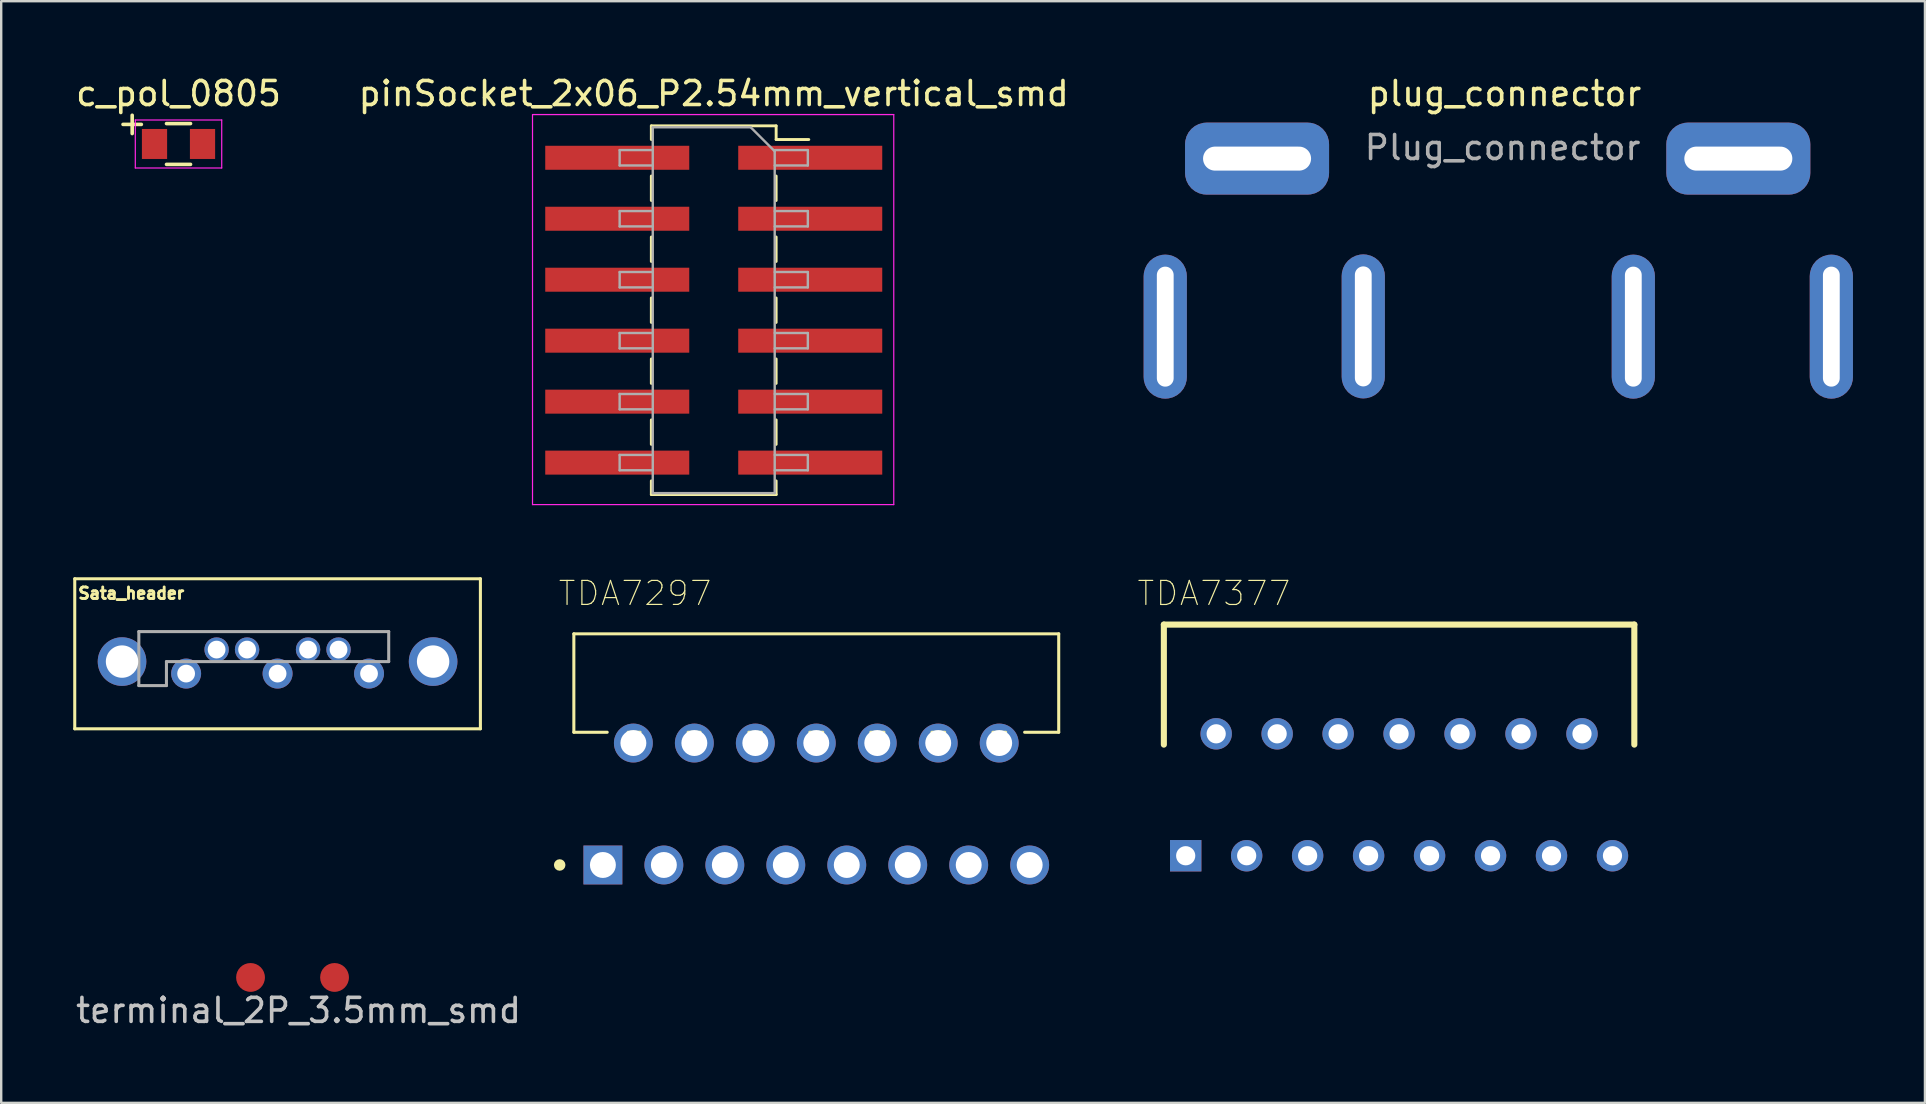
<source format=kicad_pcb>
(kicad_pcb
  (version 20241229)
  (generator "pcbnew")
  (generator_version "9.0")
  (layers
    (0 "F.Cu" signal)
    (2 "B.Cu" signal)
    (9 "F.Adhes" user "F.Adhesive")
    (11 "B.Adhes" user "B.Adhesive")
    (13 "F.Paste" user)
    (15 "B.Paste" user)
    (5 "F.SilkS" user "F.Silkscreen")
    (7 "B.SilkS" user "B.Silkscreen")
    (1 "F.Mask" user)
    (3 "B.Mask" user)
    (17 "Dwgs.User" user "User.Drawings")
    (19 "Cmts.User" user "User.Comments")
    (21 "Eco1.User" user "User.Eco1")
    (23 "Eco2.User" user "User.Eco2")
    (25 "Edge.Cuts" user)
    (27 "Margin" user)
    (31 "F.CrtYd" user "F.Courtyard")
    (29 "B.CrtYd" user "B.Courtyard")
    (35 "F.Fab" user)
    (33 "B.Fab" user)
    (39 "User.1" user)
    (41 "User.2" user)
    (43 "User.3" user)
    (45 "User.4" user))
  (footprint "plug_connector"
    (layer "F.Cu")
    (at 59.67 14.888)
    (property "Reference" "plug_connector" (at -0.04 -14.04 0) (unlocked yes) (layer "F.SilkS") (effects (font (size 1 1) (thickness 0.15))))
    (attr through_hole)
    (fp_text user "Plug_connector" (at -0.12 -11.79 0) (unlocked yes) (layer "F.Fab") (effects (font (size 1 1) (thickness 0.15))))
    (pad "1" thru_hole roundrect (at -10.35 -11.33 180) (size 6 3) (drill oval 4.5 1) (layers "*.Cu" "*.Mask") (roundrect_rratio 0.3))
    (pad "2" thru_hole roundrect (at 9.7 -11.33 180) (size 6 3) (drill oval 4.5 1) (layers "*.Cu" "*.Mask") (roundrect_rratio 0.3))
    (pad "3" thru_hole roundrect (at -14.175 -4.33 90) (size 6 1.8) (drill oval 5 0.7) (layers "*.Cu" "*.Mask") (roundrect_rratio 0.5))
    (pad "3" thru_hole roundrect (at -5.925 -4.34 90) (size 6 1.8) (drill oval 5 0.7) (layers "*.Cu" "*.Mask") (roundrect_rratio 0.5))
    (pad "4" thru_hole roundrect (at 5.325 -4.33 90) (size 6 1.8) (drill oval 5 0.7) (layers "*.Cu" "*.Mask") (roundrect_rratio 0.5))
    (pad "4" thru_hole roundrect (at 13.575 -4.33 90) (size 6 1.8) (drill oval 5 0.7) (layers "*.Cu" "*.Mask") (roundrect_rratio 0.5)))
  (footprint "TDA7377"
    (layer "F.Cu")
    (at 55.237 30.061)
    (property "Reference" "TDA7377" (at -7.714 -8.39 0) (layer "F.SilkS") (effects (font (size 1.001 1.001) (thickness 0.05))))
    (attr through_hole)
    (fp_line (start -9.8 -7.09) (end -9.8 -2.09) (stroke (width 0.254) (type solid)) (layer "F.SilkS"))
    (fp_line (start 9.8 -7.09) (end -9.8 -7.09) (stroke (width 0.254) (type solid)) (layer "F.SilkS"))
    (fp_line (start 9.8 -2.09) (end 9.8 -7.09) (stroke (width 0.254) (type solid)) (layer "F.SilkS"))
    (fp_line (start -10.25 -7.5) (end -10.25 3.75) (stroke (width 0.127) (type solid)) (layer "Eco1.User"))
    (fp_line (start -10.25 3.75) (end 10.25 3.75) (stroke (width 0.127) (type solid)) (layer "Eco1.User"))
    (fp_line (start 10.25 -7.5) (end -10.25 -7.5) (stroke (width 0.127) (type solid)) (layer "Eco1.User"))
    (fp_line (start 10.25 3.75) (end 10.25 -7.5) (stroke (width 0.127) (type solid)) (layer "Eco1.User"))
    (fp_line (start -9.8 -2.09) (end 9.8 -2.09) (stroke (width 0.254) (type solid)) (layer "Eco2.User"))
    (pad "1" thru_hole rect (at -8.89 2.54) (size 1.308 1.308) (drill 0.8) (layers "*.Cu" "*.Mask"))
    (pad "2" thru_hole circle (at -7.62 -2.54) (size 1.308 1.308) (drill 0.8) (layers "*.Cu" "*.Mask"))
    (pad "3" thru_hole circle (at -6.35 2.54) (size 1.308 1.308) (drill 0.8) (layers "*.Cu" "*.Mask"))
    (pad "4" thru_hole circle (at -5.08 -2.54) (size 1.308 1.308) (drill 0.8) (layers "*.Cu" "*.Mask"))
    (pad "5" thru_hole circle (at -3.81 2.54) (size 1.308 1.308) (drill 0.8) (layers "*.Cu" "*.Mask"))
    (pad "6" thru_hole circle (at -2.54 -2.54) (size 1.308 1.308) (drill 0.8) (layers "*.Cu" "*.Mask"))
    (pad "7" thru_hole circle (at -1.27 2.54) (size 1.308 1.308) (drill 0.8) (layers "*.Cu" "*.Mask"))
    (pad "8" thru_hole circle (at 0 -2.54) (size 1.308 1.308) (drill 0.8) (layers "*.Cu" "*.Mask"))
    (pad "9" thru_hole circle (at 1.27 2.54) (size 1.308 1.308) (drill 0.8) (layers "*.Cu" "*.Mask"))
    (pad "10" thru_hole circle (at 2.54 -2.54) (size 1.308 1.308) (drill 0.8) (layers "*.Cu" "*.Mask"))
    (pad "11" thru_hole circle (at 3.81 2.54) (size 1.308 1.308) (drill 0.8) (layers "*.Cu" "*.Mask"))
    (pad "12" thru_hole circle (at 5.08 -2.54) (size 1.308 1.308) (drill 0.8) (layers "*.Cu" "*.Mask"))
    (pad "13" thru_hole circle (at 6.35 2.54) (size 1.308 1.308) (drill 0.8) (layers "*.Cu" "*.Mask"))
    (pad "14" thru_hole circle (at 7.62 -2.54) (size 1.308 1.308) (drill 0.8) (layers "*.Cu" "*.Mask"))
    (pad "15" thru_hole circle (at 8.89 2.54) (size 1.308 1.308) (drill 0.8) (layers "*.Cu" "*.Mask")))
  (footprint "terminal_2P_3.5mm_smd"
    (layer "F.Cu")
    (at 9.137 37.671)
    (property "Reference" "terminal_2P_3.5mm_smd" (at 0.25 1.375 0) (layer "Dwgs.User") (effects (font (size 1 1) (thickness 0.15))))
    (attr through_hole)
    (pad "1" smd circle (at -1.75 0) (size 1.2 1.2) (layers "F.Cu" "F.Mask" "F.Paste"))
    (pad "2" smd circle (at 1.75 0) (size 1.2 1.2) (layers "F.Cu" "F.Mask" "F.Paste")))
  (footprint "c_pol_0805"
    (layer "F.Cu")
    (at 4.387 2.948)
    (property "Reference" "c_pol_0805" (at 0 -2.1 0) (layer "F.SilkS") (effects (font (size 1 1) (thickness 0.15))))
    (attr smd)
    (fp_line (start -0.5 0.85) (end 0.5 0.85) (stroke (width 0.15) (type solid)) (layer "F.SilkS"))
    (fp_line (start 0.5 -0.85) (end -0.5 -0.85) (stroke (width 0.15) (type solid)) (layer "F.SilkS"))
    (fp_line (start -1.8 -1) (end -1.8 1) (stroke (width 0.05) (type solid)) (layer "F.CrtYd"))
    (fp_line (start -1.8 -1) (end 1.8 -1) (stroke (width 0.05) (type solid)) (layer "F.CrtYd"))
    (fp_line (start -1.8 1) (end 1.8 1) (stroke (width 0.05) (type solid)) (layer "F.CrtYd"))
    (fp_line (start 1.8 -1) (end 1.8 1) (stroke (width 0.05) (type solid)) (layer "F.CrtYd"))
    (fp_text user "+" (at -1.93 -0.889 0) (layer "F.SilkS") (effects (font (size 1 1) (thickness 0.15))))
    (pad "1" smd rect (at -1 0) (size 1.05 1.25) (layers "F.Cu" "F.Mask" "F.Paste"))
    (pad "2" smd rect (at 1 0) (size 1.05 1.25) (layers "F.Cu" "F.Mask" "F.Paste")))
  (footprint "pinSocket_2x06_P2.54mm_vertical_smd"
    (layer "F.Cu")
    (at 26.685 9.873)
    (property "Reference" "pinSocket_2x06_P2.54mm_vertical_smd" (at 0 -9.025 0) (unlocked yes) (layer "F.SilkS") (effects (font (size 1 1) (thickness 0.15))))
    (attr smd)
    (fp_line (start -2.6 -7.68) (end -2.6 -7.11) (stroke (width 0.12) (type solid)) (layer "F.SilkS"))
    (fp_line (start -2.6 -7.68) (end 2.6 -7.68) (stroke (width 0.12) (type solid)) (layer "F.SilkS"))
    (fp_line (start -2.6 -5.59) (end -2.6 -4.57) (stroke (width 0.12) (type solid)) (layer "F.SilkS"))
    (fp_line (start -2.6 -3.05) (end -2.6 -2.03) (stroke (width 0.12) (type solid)) (layer "F.SilkS"))
    (fp_line (start -2.6 -0.51) (end -2.6 0.51) (stroke (width 0.12) (type solid)) (layer "F.SilkS"))
    (fp_line (start -2.6 2.03) (end -2.6 3.05) (stroke (width 0.12) (type solid)) (layer "F.SilkS"))
    (fp_line (start -2.6 4.57) (end -2.6 5.59) (stroke (width 0.12) (type solid)) (layer "F.SilkS"))
    (fp_line (start -2.6 7.11) (end -2.6 7.68) (stroke (width 0.12) (type solid)) (layer "F.SilkS"))
    (fp_line (start -2.6 7.68) (end 2.6 7.68) (stroke (width 0.12) (type solid)) (layer "F.SilkS"))
    (fp_line (start 2.6 -7.68) (end 2.6 -7.11) (stroke (width 0.12) (type solid)) (layer "F.SilkS"))
    (fp_line (start 2.6 -7.11) (end 3.96 -7.11) (stroke (width 0.12) (type solid)) (layer "F.SilkS"))
    (fp_line (start 2.6 -5.59) (end 2.6 -4.57) (stroke (width 0.12) (type solid)) (layer "F.SilkS"))
    (fp_line (start 2.6 -3.05) (end 2.6 -2.03) (stroke (width 0.12) (type solid)) (layer "F.SilkS"))
    (fp_line (start 2.6 -0.51) (end 2.6 0.51) (stroke (width 0.12) (type solid)) (layer "F.SilkS"))
    (fp_line (start 2.6 2.03) (end 2.6 3.05) (stroke (width 0.12) (type solid)) (layer "F.SilkS"))
    (fp_line (start 2.6 4.57) (end 2.6 5.59) (stroke (width 0.12) (type solid)) (layer "F.SilkS"))
    (fp_line (start 2.6 7.11) (end 2.6 7.68) (stroke (width 0.12) (type solid)) (layer "F.SilkS"))
    (fp_line (start -7.55 -8.15) (end 7.5 -8.15) (stroke (width 0.05) (type solid)) (layer "F.CrtYd"))
    (fp_line (start -7.55 8.1) (end -7.55 -8.15) (stroke (width 0.05) (type solid)) (layer "F.CrtYd"))
    (fp_line (start 7.5 -8.15) (end 7.5 8.1) (stroke (width 0.05) (type solid)) (layer "F.CrtYd"))
    (fp_line (start 7.5 8.1) (end -7.55 8.1) (stroke (width 0.05) (type solid)) (layer "F.CrtYd"))
    (fp_line (start -3.92 -6.67) (end -2.54 -6.67) (stroke (width 0.1) (type solid)) (layer "F.Fab"))
    (fp_line (start -3.92 -6.03) (end -3.92 -6.67) (stroke (width 0.1) (type solid)) (layer "F.Fab"))
    (fp_line (start -3.92 -4.13) (end -2.54 -4.13) (stroke (width 0.1) (type solid)) (layer "F.Fab"))
    (fp_line (start -3.92 -3.49) (end -3.92 -4.13) (stroke (width 0.1) (type solid)) (layer "F.Fab"))
    (fp_line (start -3.92 -1.59) (end -2.54 -1.59) (stroke (width 0.1) (type solid)) (layer "F.Fab"))
    (fp_line (start -3.92 -0.95) (end -3.92 -1.59) (stroke (width 0.1) (type solid)) (layer "F.Fab"))
    (fp_line (start -3.92 0.95) (end -2.54 0.95) (stroke (width 0.1) (type solid)) (layer "F.Fab"))
    (fp_line (start -3.92 1.59) (end -3.92 0.95) (stroke (width 0.1) (type solid)) (layer "F.Fab"))
    (fp_line (start -3.92 3.49) (end -2.54 3.49) (stroke (width 0.1) (type solid)) (layer "F.Fab"))
    (fp_line (start -3.92 4.13) (end -3.92 3.49) (stroke (width 0.1) (type solid)) (layer "F.Fab"))
    (fp_line (start -3.92 6.03) (end -2.54 6.03) (stroke (width 0.1) (type solid)) (layer "F.Fab"))
    (fp_line (start -3.92 6.67) (end -3.92 6.03) (stroke (width 0.1) (type solid)) (layer "F.Fab"))
    (fp_line (start -2.54 -7.62) (end 1.54 -7.62) (stroke (width 0.1) (type solid)) (layer "F.Fab"))
    (fp_line (start -2.54 -6.03) (end -3.92 -6.03) (stroke (width 0.1) (type solid)) (layer "F.Fab"))
    (fp_line (start -2.54 -3.49) (end -3.92 -3.49) (stroke (width 0.1) (type solid)) (layer "F.Fab"))
    (fp_line (start -2.54 -0.95) (end -3.92 -0.95) (stroke (width 0.1) (type solid)) (layer "F.Fab"))
    (fp_line (start -2.54 1.59) (end -3.92 1.59) (stroke (width 0.1) (type solid)) (layer "F.Fab"))
    (fp_line (start -2.54 4.13) (end -3.92 4.13) (stroke (width 0.1) (type solid)) (layer "F.Fab"))
    (fp_line (start -2.54 6.67) (end -3.92 6.67) (stroke (width 0.1) (type solid)) (layer "F.Fab"))
    (fp_line (start -2.54 7.62) (end -2.54 -7.62) (stroke (width 0.1) (type solid)) (layer "F.Fab"))
    (fp_line (start 1.54 -7.62) (end 2.54 -6.62) (stroke (width 0.1) (type solid)) (layer "F.Fab"))
    (fp_line (start 2.54 -6.67) (end 3.92 -6.67) (stroke (width 0.1) (type solid)) (layer "F.Fab"))
    (fp_line (start 2.54 -6.62) (end 2.54 7.62) (stroke (width 0.1) (type solid)) (layer "F.Fab"))
    (fp_line (start 2.54 -4.13) (end 3.92 -4.13) (stroke (width 0.1) (type solid)) (layer "F.Fab"))
    (fp_line (start 2.54 -1.59) (end 3.92 -1.59) (stroke (width 0.1) (type solid)) (layer "F.Fab"))
    (fp_line (start 2.54 0.95) (end 3.92 0.95) (stroke (width 0.1) (type solid)) (layer "F.Fab"))
    (fp_line (start 2.54 3.49) (end 3.92 3.49) (stroke (width 0.1) (type solid)) (layer "F.Fab"))
    (fp_line (start 2.54 6.03) (end 3.92 6.03) (stroke (width 0.1) (type solid)) (layer "F.Fab"))
    (fp_line (start 2.54 7.62) (end -2.54 7.62) (stroke (width 0.1) (type solid)) (layer "F.Fab"))
    (fp_line (start 3.92 -6.67) (end 3.92 -6.03) (stroke (width 0.1) (type solid)) (layer "F.Fab"))
    (fp_line (start 3.92 -6.03) (end 2.54 -6.03) (stroke (width 0.1) (type solid)) (layer "F.Fab"))
    (fp_line (start 3.92 -4.13) (end 3.92 -3.49) (stroke (width 0.1) (type solid)) (layer "F.Fab"))
    (fp_line (start 3.92 -3.49) (end 2.54 -3.49) (stroke (width 0.1) (type solid)) (layer "F.Fab"))
    (fp_line (start 3.92 -1.59) (end 3.92 -0.95) (stroke (width 0.1) (type solid)) (layer "F.Fab"))
    (fp_line (start 3.92 -0.95) (end 2.54 -0.95) (stroke (width 0.1) (type solid)) (layer "F.Fab"))
    (fp_line (start 3.92 0.95) (end 3.92 1.59) (stroke (width 0.1) (type solid)) (layer "F.Fab"))
    (fp_line (start 3.92 1.59) (end 2.54 1.59) (stroke (width 0.1) (type solid)) (layer "F.Fab"))
    (fp_line (start 3.92 3.49) (end 3.92 4.13) (stroke (width 0.1) (type solid)) (layer "F.Fab"))
    (fp_line (start 3.92 4.13) (end 2.54 4.13) (stroke (width 0.1) (type solid)) (layer "F.Fab"))
    (fp_line (start 3.92 6.03) (end 3.92 6.67) (stroke (width 0.1) (type solid)) (layer "F.Fab"))
    (fp_line (start 3.92 6.67) (end 2.54 6.67) (stroke (width 0.1) (type solid)) (layer "F.Fab"))
    (pad "1" smd rect (at 4.02 -6.35) (size 6 1) (layers "F.Cu" "F.Mask" "F.Paste"))
    (pad "2" smd rect (at -4.02 -6.35) (size 6 1) (layers "F.Cu" "F.Mask" "F.Paste"))
    (pad "3" smd rect (at 4.02 -3.81) (size 6 1) (layers "F.Cu" "F.Mask" "F.Paste"))
    (pad "4" smd rect (at -4.02 -3.81) (size 6 1) (layers "F.Cu" "F.Mask" "F.Paste"))
    (pad "5" smd rect (at 4.02 -1.27) (size 6 1) (layers "F.Cu" "F.Mask" "F.Paste"))
    (pad "6" smd rect (at -4.02 -1.27) (size 6 1) (layers "F.Cu" "F.Mask" "F.Paste"))
    (pad "7" smd rect (at 4.02 1.27) (size 6 1) (layers "F.Cu" "F.Mask" "F.Paste"))
    (pad "8" smd rect (at -4.02 1.27) (size 6 1) (layers "F.Cu" "F.Mask" "F.Paste"))
    (pad "9" smd rect (at 4.02 3.81) (size 6 1) (layers "F.Cu" "F.Mask" "F.Paste"))
    (pad "10" smd rect (at -4.02 3.81) (size 6 1) (layers "F.Cu" "F.Mask" "F.Paste"))
    (pad "11" smd rect (at 4.02 6.35) (size 6 1) (layers "F.Cu" "F.Mask" "F.Paste"))
    (pad "12" smd rect (at -4.02 6.35) (size 6 1) (layers "F.Cu" "F.Mask" "F.Paste")))
  (footprint "TDA7297"
    (layer "F.Cu")
    (at 22.067 32.986)
    (property "Reference" "TDA7297" (at 1.34 -11.315 0) (layer "F.SilkS") (effects (font (size 1 1) (thickness 0.05))))
    (attr through_hole)
    (fp_line (start -1.21 -9.63) (end 18.99 -9.63) (stroke (width 0.127) (type solid)) (layer "F.SilkS"))
    (fp_line (start -1.21 -5.53) (end -1.21 -9.63) (stroke (width 0.127) (type solid)) (layer "F.SilkS"))
    (fp_line (start 0.18 -5.53) (end -1.21 -5.53) (stroke (width 0.127) (type solid)) (layer "F.SilkS"))
    (fp_line (start 1.05 -5.53) (end 1.55 -5.53) (stroke (width 0.127) (type solid)) (layer "F.SilkS"))
    (fp_line (start 3.55 -5.53) (end 4.05 -5.53) (stroke (width 0.127) (type solid)) (layer "F.SilkS"))
    (fp_line (start 6.08 -5.53) (end 6.6 -5.53) (stroke (width 0.127) (type solid)) (layer "F.SilkS"))
    (fp_line (start 8.62 -5.53) (end 9.16 -5.53) (stroke (width 0.127) (type solid)) (layer "F.SilkS"))
    (fp_line (start 11.16 -5.53) (end 11.71 -5.53) (stroke (width 0.127) (type solid)) (layer "F.SilkS"))
    (fp_line (start 13.71 -5.53) (end 14.24 -5.53) (stroke (width 0.127) (type solid)) (layer "F.SilkS"))
    (fp_line (start 16.25 -5.53) (end 16.78 -5.53) (stroke (width 0.127) (type solid)) (layer "F.SilkS"))
    (fp_line (start 18.99 -9.63) (end 18.99 -5.53) (stroke (width 0.127) (type solid)) (layer "F.SilkS"))
    (fp_line (start 18.99 -5.53) (end 17.57 -5.53) (stroke (width 0.127) (type solid)) (layer "F.SilkS"))
    (fp_circle (center -1.8 0) (end -1.68 0) (stroke (width 0.24) (type solid)) (fill no) (layer "F.SilkS"))
    (fp_line (start -1.46 -9.88) (end 19.24 -9.88) (stroke (width 0.05) (type solid)) (layer "Eco1.User"))
    (fp_line (start -1.46 1.06) (end -1.46 -9.88) (stroke (width 0.05) (type solid)) (layer "Eco1.User"))
    (fp_line (start 19.24 -9.88) (end 19.24 1.06) (stroke (width 0.05) (type solid)) (layer "Eco1.User"))
    (fp_line (start 19.24 1.06) (end -1.46 1.06) (stroke (width 0.05) (type solid)) (layer "Eco1.User"))
    (fp_line (start -1.21 -9.63) (end 18.99 -9.63) (stroke (width 0.127) (type solid)) (layer "Eco2.User"))
    (fp_line (start -1.21 -5.53) (end -1.21 -9.63) (stroke (width 0.127) (type solid)) (layer "Eco2.User"))
    (fp_line (start 0 -5.53) (end -1.21 -5.53) (stroke (width 0.127) (type solid)) (layer "Eco2.User"))
    (fp_line (start 0 -5.53) (end 0 -0.81) (stroke (width 0.127) (type solid)) (layer "Eco2.User"))
    (fp_line (start 2.54 -5.53) (end 0 -5.53) (stroke (width 0.127) (type solid)) (layer "Eco2.User"))
    (fp_line (start 2.54 -5.53) (end 2.54 -0.81) (stroke (width 0.127) (type solid)) (layer "Eco2.User"))
    (fp_line (start 5.08 -5.53) (end 2.54 -5.53) (stroke (width 0.127) (type solid)) (layer "Eco2.User"))
    (fp_line (start 5.08 -5.53) (end 5.08 -0.81) (stroke (width 0.127) (type solid)) (layer "Eco2.User"))
    (fp_line (start 7.62 -5.53) (end 5.08 -5.53) (stroke (width 0.127) (type solid)) (layer "Eco2.User"))
    (fp_line (start 7.62 -5.53) (end 7.62 -0.81) (stroke (width 0.127) (type solid)) (layer "Eco2.User"))
    (fp_line (start 10.16 -5.53) (end 7.62 -5.53) (stroke (width 0.127) (type solid)) (layer "Eco2.User"))
    (fp_line (start 10.16 -5.53) (end 10.16 -0.81) (stroke (width 0.127) (type solid)) (layer "Eco2.User"))
    (fp_line (start 12.7 -5.53) (end 10.16 -5.53) (stroke (width 0.127) (type solid)) (layer "Eco2.User"))
    (fp_line (start 12.7 -5.53) (end 12.7 -0.81) (stroke (width 0.127) (type solid)) (layer "Eco2.User"))
    (fp_line (start 15.24 -5.53) (end 12.7 -5.53) (stroke (width 0.127) (type solid)) (layer "Eco2.User"))
    (fp_line (start 15.24 -5.53) (end 15.24 -0.81) (stroke (width 0.127) (type solid)) (layer "Eco2.User"))
    (fp_line (start 17.78 -5.53) (end 15.24 -5.53) (stroke (width 0.127) (type solid)) (layer "Eco2.User"))
    (fp_line (start 17.78 -5.53) (end 17.78 -0.81) (stroke (width 0.127) (type solid)) (layer "Eco2.User"))
    (fp_line (start 18.99 -9.63) (end 18.99 -5.53) (stroke (width 0.127) (type solid)) (layer "Eco2.User"))
    (fp_line (start 18.99 -5.53) (end 17.78 -5.53) (stroke (width 0.127) (type solid)) (layer "Eco2.User"))
    (pad "1" thru_hole rect (at 0 0) (size 1.62 1.62) (drill 1.08) (layers "*.Cu" "*.Mask"))
    (pad "2" thru_hole circle (at 1.27 -5.08) (size 1.62 1.62) (drill 1.08) (layers "*.Cu" "*.Mask"))
    (pad "3" thru_hole circle (at 2.54 0) (size 1.62 1.62) (drill 1.08) (layers "*.Cu" "*.Mask"))
    (pad "4" thru_hole circle (at 3.81 -5.08) (size 1.62 1.62) (drill 1.08) (layers "*.Cu" "*.Mask"))
    (pad "5" thru_hole circle (at 5.08 0) (size 1.62 1.62) (drill 1.08) (layers "*.Cu" "*.Mask"))
    (pad "6" thru_hole circle (at 6.35 -5.08) (size 1.62 1.62) (drill 1.08) (layers "*.Cu" "*.Mask"))
    (pad "7" thru_hole circle (at 7.62 0) (size 1.62 1.62) (drill 1.08) (layers "*.Cu" "*.Mask"))
    (pad "8" thru_hole circle (at 8.89 -5.08) (size 1.62 1.62) (drill 1.08) (layers "*.Cu" "*.Mask"))
    (pad "9" thru_hole circle (at 10.16 0) (size 1.62 1.62) (drill 1.08) (layers "*.Cu" "*.Mask"))
    (pad "10" thru_hole circle (at 11.43 -5.08) (size 1.62 1.62) (drill 1.08) (layers "*.Cu" "*.Mask"))
    (pad "11" thru_hole circle (at 12.7 0) (size 1.62 1.62) (drill 1.08) (layers "*.Cu" "*.Mask"))
    (pad "12" thru_hole circle (at 13.97 -5.08) (size 1.62 1.62) (drill 1.08) (layers "*.Cu" "*.Mask"))
    (pad "13" thru_hole circle (at 15.24 0) (size 1.62 1.62) (drill 1.08) (layers "*.Cu" "*.Mask"))
    (pad "14" thru_hole circle (at 16.51 -5.08) (size 1.62 1.62) (drill 1.08) (layers "*.Cu" "*.Mask"))
    (pad "15" thru_hole circle (at 17.78 0) (size 1.62 1.62) (drill 1.08) (layers "*.Cu" "*.Mask")))
  (footprint "Sata_header"
    (layer "F.Cu")
    (at 8.514 24.512)
    (property "Reference" "Sata_header" (at -6.096 -2.845 0) (layer "F.SilkS") (effects (font (size 0.48 0.48) (thickness 0.15))))
    (attr through_hole)
    (fp_line (start -8.45 -3.45) (end 8.45 -3.45) (stroke (width 0.127) (type solid)) (layer "F.SilkS"))
    (fp_line (start -8.45 2.8) (end -8.45 -3.45) (stroke (width 0.127) (type solid)) (layer "F.SilkS"))
    (fp_line (start 8.45 -3.45) (end 8.45 2.8) (stroke (width 0.127) (type solid)) (layer "F.SilkS"))
    (fp_line (start 8.45 2.8) (end -8.45 2.8) (stroke (width 0.127) (type solid)) (layer "F.SilkS"))
    (fp_line (start -5.78 -1.25) (end -5.78 1) (stroke (width 0.127) (type solid)) (layer "F.Fab"))
    (fp_line (start -5.78 1) (end -4.63 1) (stroke (width 0.127) (type solid)) (layer "F.Fab"))
    (fp_line (start -4.63 0) (end 4.63 0) (stroke (width 0.127) (type solid)) (layer "F.Fab"))
    (fp_line (start -4.63 1) (end -4.63 0) (stroke (width 0.127) (type solid)) (layer "F.Fab"))
    (fp_line (start 4.63 -1.25) (end -5.78 -1.25) (stroke (width 0.127) (type solid)) (layer "F.Fab"))
    (fp_line (start 4.63 0) (end 4.63 -1.25) (stroke (width 0.127) (type solid)) (layer "F.Fab"))
    (pad "1" thru_hole circle (at 3.81 0.5) (size 1.248 1.248) (drill 0.74) (layers "*.Cu" "*.Mask"))
    (pad "2" thru_hole circle (at 2.54 -0.5) (size 1.016 1.016) (drill 0.74) (layers "*.Cu" "*.Mask"))
    (pad "3" thru_hole circle (at 1.27 -0.5) (size 1.016 1.016) (drill 0.74) (layers "*.Cu" "*.Mask"))
    (pad "4" thru_hole circle (at 0 0.5) (size 1.248 1.248) (drill 0.74) (layers "*.Cu" "*.Mask"))
    (pad "5" thru_hole circle (at -1.27 -0.5) (size 1.016 1.016) (drill 0.74) (layers "*.Cu" "*.Mask"))
    (pad "6" thru_hole circle (at -2.54 -0.5) (size 1.016 1.016) (drill 0.74) (layers "*.Cu" "*.Mask"))
    (pad "7" thru_hole circle (at -3.81 0.5) (size 1.248 1.248) (drill 0.74) (layers "*.Cu" "*.Mask"))
    (pad "MT" thru_hole circle (at -6.48 0) (size 2.025 2.025) (drill 1.35) (layers "*.Cu" "*.Mask"))
    (pad "MT" thru_hole circle (at 6.48 0) (size 2.025 2.025) (drill 1.35) (layers "*.Cu" "*.Mask")))
  (gr_rect
    (start -3 -3)
    (end 77.145 42.895)
    (stroke (width 0.1) (type default))
    (fill no)
    (layer "Edge.Cuts")))
</source>
